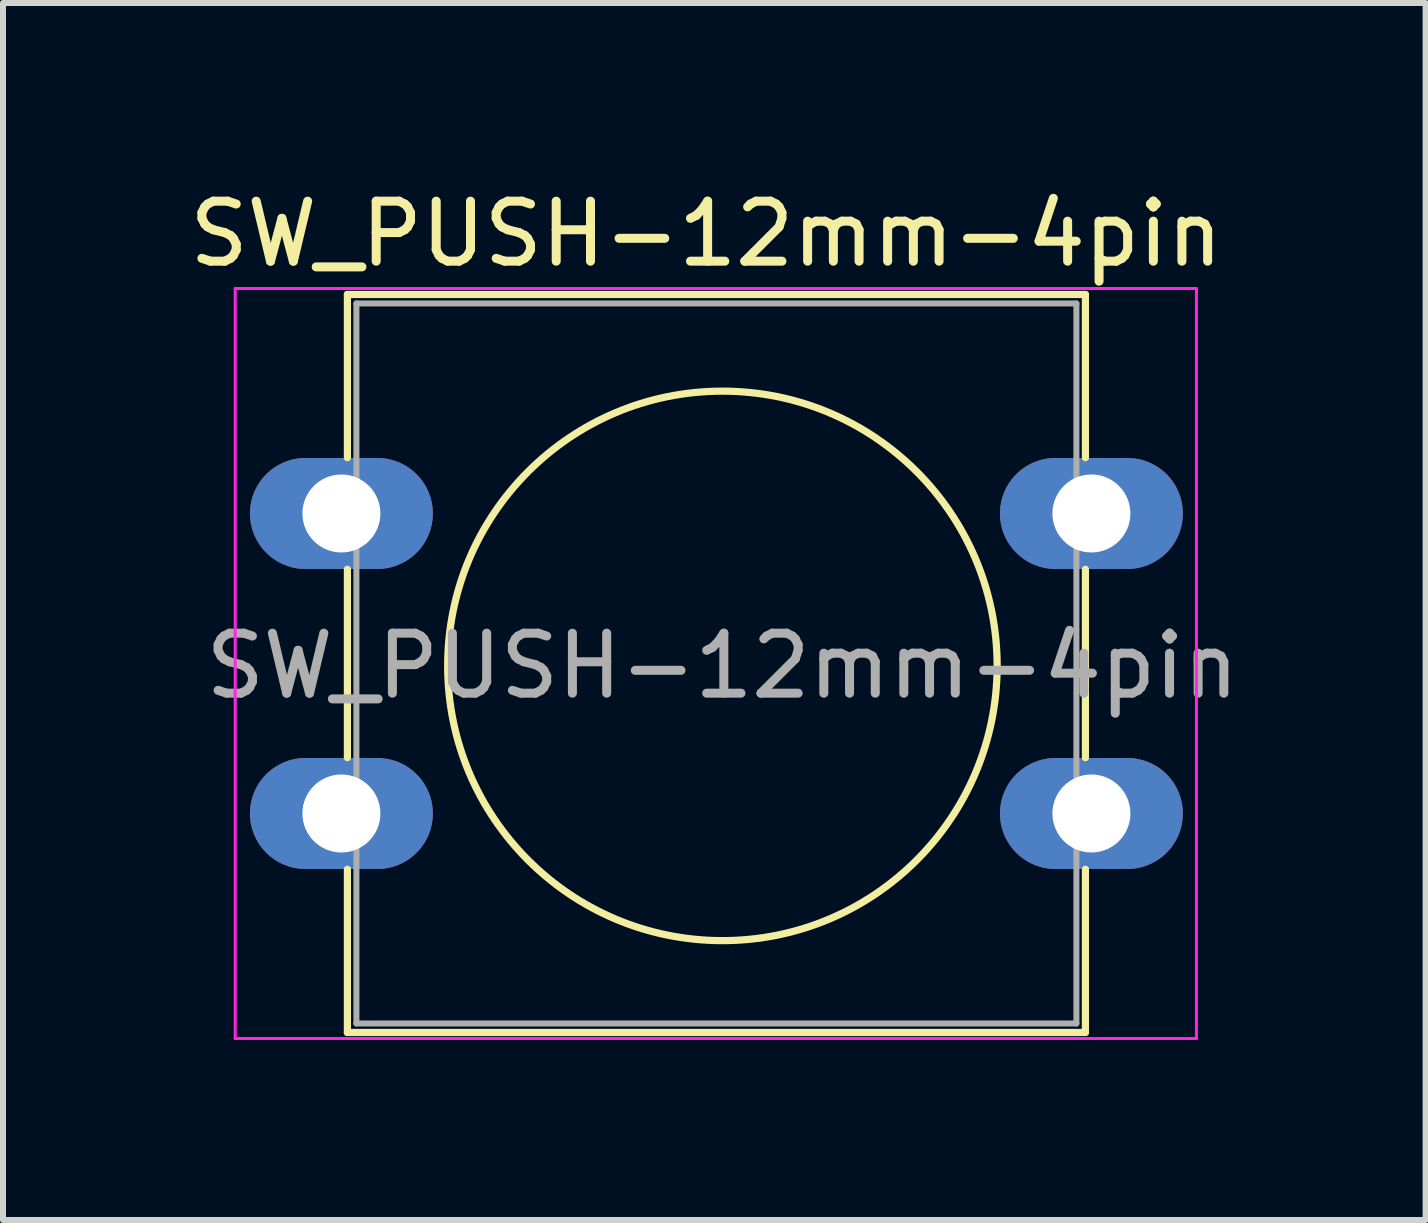
<source format=kicad_pcb>
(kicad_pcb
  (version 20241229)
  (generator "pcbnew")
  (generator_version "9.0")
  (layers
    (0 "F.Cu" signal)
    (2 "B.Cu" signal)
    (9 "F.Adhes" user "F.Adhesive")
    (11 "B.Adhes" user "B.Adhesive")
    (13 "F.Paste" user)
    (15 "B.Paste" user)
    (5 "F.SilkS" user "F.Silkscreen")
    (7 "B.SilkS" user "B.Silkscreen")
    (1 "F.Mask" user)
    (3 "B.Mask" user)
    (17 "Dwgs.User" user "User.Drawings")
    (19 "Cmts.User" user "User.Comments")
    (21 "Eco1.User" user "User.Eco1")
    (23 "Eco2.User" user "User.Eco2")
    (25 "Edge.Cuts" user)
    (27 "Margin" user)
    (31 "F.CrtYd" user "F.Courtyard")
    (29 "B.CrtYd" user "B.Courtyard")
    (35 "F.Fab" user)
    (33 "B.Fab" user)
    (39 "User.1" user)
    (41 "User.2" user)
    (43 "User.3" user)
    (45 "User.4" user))
  (footprint "SW_PUSH-12mm-4pin"
    (layer "F.Cu")
    (at 2.64 5.508)
    (property "Reference" "SW_PUSH-12mm-4pin" (at 6.08 -4.66 0) (layer "F.SilkS") (effects (font (size 1 1) (thickness 0.15))))
    (attr through_hole)
    (fp_line (start 0.1 -3.65) (end 12.4 -3.65) (stroke (width 0.12) (type solid)) (layer "F.SilkS"))
    (fp_line (start 0.1 -0.93) (end 0.1 -3.65) (stroke (width 0.12) (type solid)) (layer "F.SilkS"))
    (fp_line (start 0.1 4.07) (end 0.1 0.93) (stroke (width 0.12) (type solid)) (layer "F.SilkS"))
    (fp_line (start 0.1 8.65) (end 0.1 5.93) (stroke (width 0.12) (type solid)) (layer "F.SilkS"))
    (fp_line (start 12.4 -3.65) (end 12.4 -0.93) (stroke (width 0.12) (type solid)) (layer "F.SilkS"))
    (fp_line (start 12.4 0.93) (end 12.4 4.07) (stroke (width 0.12) (type solid)) (layer "F.SilkS"))
    (fp_line (start 12.4 5.93) (end 12.4 8.65) (stroke (width 0.12) (type solid)) (layer "F.SilkS"))
    (fp_line (start 12.4 8.65) (end 0.1 8.65) (stroke (width 0.12) (type solid)) (layer "F.SilkS"))
    (fp_circle (center 6.35 2.54) (end 10.16 5.08) (stroke (width 0.12) (type solid)) (fill no) (layer "F.SilkS"))
    (fp_line (start -1.77 -3.75) (end -1.77 8.75) (stroke (width 0.05) (type solid)) (layer "F.CrtYd"))
    (fp_line (start -1.77 -3.75) (end 14.25 -3.75) (stroke (width 0.05) (type solid)) (layer "F.CrtYd"))
    (fp_line (start 14.25 8.75) (end -1.77 8.75) (stroke (width 0.05) (type solid)) (layer "F.CrtYd"))
    (fp_line (start 14.25 8.75) (end 14.25 -3.75) (stroke (width 0.05) (type solid)) (layer "F.CrtYd"))
    (fp_line (start 0.25 -3.5) (end 0.25 8.5) (stroke (width 0.1) (type solid)) (layer "F.Fab"))
    (fp_line (start 0.25 -3.5) (end 12.25 -3.5) (stroke (width 0.1) (type solid)) (layer "F.Fab"))
    (fp_line (start 0.25 8.5) (end 12.25 8.5) (stroke (width 0.1) (type solid)) (layer "F.Fab"))
    (fp_line (start 12.25 -3.5) (end 12.25 8.5) (stroke (width 0.1) (type solid)) (layer "F.Fab"))
    (fp_text user "${REFERENCE}" (at 6.35 2.54 0) (layer "F.Fab") (effects (font (size 1 1) (thickness 0.15))))
    (pad "1" thru_hole oval (at 0 0) (size 3.048 1.85) (drill 1.3) (layers "*.Cu" "*.Mask"))
    (pad "2" thru_hole oval (at 12.5 0) (size 3.048 1.85) (drill 1.3) (layers "*.Cu" "*.Mask"))
    (pad "3" thru_hole oval (at 0 5) (size 3.048 1.85) (drill 1.3) (layers "*.Cu" "*.Mask"))
    (pad "4" thru_hole oval (at 12.5 5) (size 3.048 1.85) (drill 1.3) (layers "*.Cu" "*.Mask")))
  (gr_rect
    (start -3 -3)
    (end 20.71 17.283)
    (stroke (width 0.1) (type default))
    (fill no)
    (layer "Edge.Cuts")))
</source>
